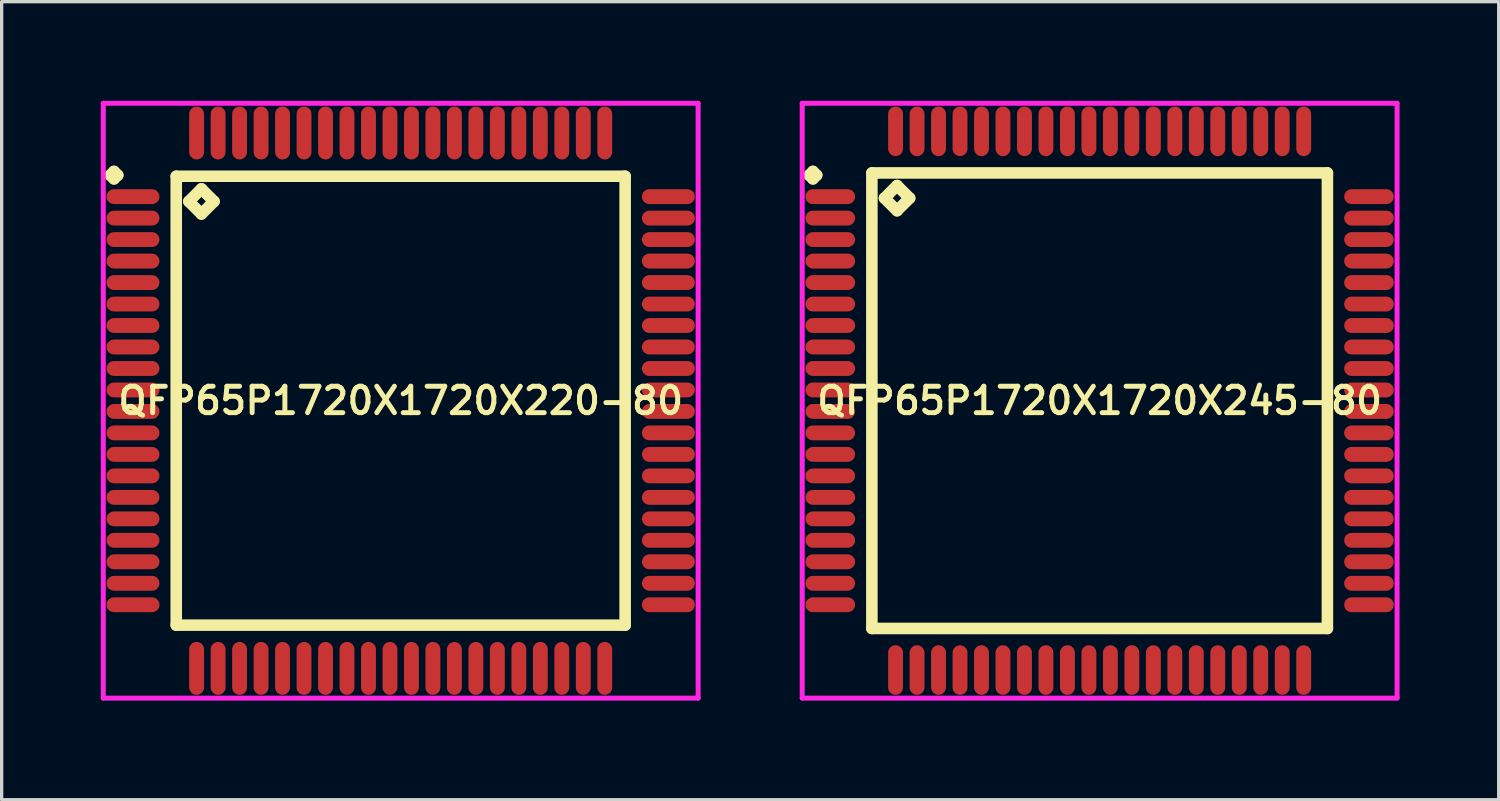
<source format=kicad_pcb>
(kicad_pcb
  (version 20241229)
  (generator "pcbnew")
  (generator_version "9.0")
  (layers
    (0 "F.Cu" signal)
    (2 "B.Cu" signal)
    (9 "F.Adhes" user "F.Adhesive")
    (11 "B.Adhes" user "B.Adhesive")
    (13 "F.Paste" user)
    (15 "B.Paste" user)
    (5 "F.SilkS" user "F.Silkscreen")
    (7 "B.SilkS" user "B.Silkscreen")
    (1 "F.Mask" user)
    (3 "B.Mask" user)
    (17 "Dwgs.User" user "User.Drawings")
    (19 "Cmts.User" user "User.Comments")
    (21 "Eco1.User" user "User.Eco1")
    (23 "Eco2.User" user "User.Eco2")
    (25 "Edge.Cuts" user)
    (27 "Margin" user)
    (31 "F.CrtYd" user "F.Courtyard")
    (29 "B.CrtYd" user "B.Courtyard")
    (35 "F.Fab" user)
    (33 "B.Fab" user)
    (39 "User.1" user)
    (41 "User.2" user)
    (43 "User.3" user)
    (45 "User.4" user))
  (footprint "QFP65P1720X1720X220-80"
    (layer "F.Cu")
    (at 9.075 9.075)
    (property "Reference" "QFP65P1720X1720X220-80" (at 0 0 0) (layer "F.SilkS") (effects (font (size 0.8 0.8) (thickness 0.15))))
    (attr smd)
    (fp_line (start -8.787 -6.825) (end -8.675 -6.938) (stroke (width 0.35) (type solid)) (layer "F.SilkS"))
    (fp_line (start -8.675 -6.938) (end -8.562 -6.825) (stroke (width 0.35) (type solid)) (layer "F.SilkS"))
    (fp_line (start -8.675 -6.713) (end -8.787 -6.825) (stroke (width 0.35) (type solid)) (layer "F.SilkS"))
    (fp_line (start -8.562 -6.825) (end -8.675 -6.713) (stroke (width 0.35) (type solid)) (layer "F.SilkS"))
    (fp_line (start -6.792 -6.792) (end -6.792 6.792) (stroke (width 0.35) (type solid)) (layer "F.SilkS"))
    (fp_line (start -6.792 6.792) (end 6.792 6.792) (stroke (width 0.35) (type solid)) (layer "F.SilkS"))
    (fp_line (start -6.411 -6.03) (end -6.03 -6.411) (stroke (width 0.35) (type solid)) (layer "F.SilkS"))
    (fp_line (start -6.03 -6.411) (end -5.649 -6.03) (stroke (width 0.35) (type solid)) (layer "F.SilkS"))
    (fp_line (start -6.03 -5.649) (end -6.411 -6.03) (stroke (width 0.35) (type solid)) (layer "F.SilkS"))
    (fp_line (start -5.649 -6.03) (end -6.03 -5.649) (stroke (width 0.35) (type solid)) (layer "F.SilkS"))
    (fp_line (start 6.792 -6.792) (end -6.792 -6.792) (stroke (width 0.35) (type solid)) (layer "F.SilkS"))
    (fp_line (start 6.792 6.792) (end 6.792 -6.792) (stroke (width 0.35) (type solid)) (layer "F.SilkS"))
    (fp_line (start -9 -9) (end 9 -9) (stroke (width 0.15) (type solid)) (layer "F.CrtYd"))
    (fp_line (start -9 9) (end -9 -9) (stroke (width 0.15) (type solid)) (layer "F.CrtYd"))
    (fp_line (start 9 -9) (end 9 9) (stroke (width 0.15) (type solid)) (layer "F.CrtYd"))
    (fp_line (start 9 9) (end -9 9) (stroke (width 0.15) (type solid)) (layer "F.CrtYd"))
    (pad "1" smd oval (at -8.1 -6.175) (size 1.6 0.45) (layers "F.Cu" "F.Mask" "F.Paste"))
    (pad "2" smd oval (at -8.1 -5.525) (size 1.6 0.45) (layers "F.Cu" "F.Mask" "F.Paste"))
    (pad "3" smd oval (at -8.1 -4.875) (size 1.6 0.45) (layers "F.Cu" "F.Mask" "F.Paste"))
    (pad "4" smd oval (at -8.1 -4.225) (size 1.6 0.45) (layers "F.Cu" "F.Mask" "F.Paste"))
    (pad "5" smd oval (at -8.1 -3.575) (size 1.6 0.45) (layers "F.Cu" "F.Mask" "F.Paste"))
    (pad "6" smd oval (at -8.1 -2.925) (size 1.6 0.45) (layers "F.Cu" "F.Mask" "F.Paste"))
    (pad "7" smd oval (at -8.1 -2.275) (size 1.6 0.45) (layers "F.Cu" "F.Mask" "F.Paste"))
    (pad "8" smd oval (at -8.1 -1.625) (size 1.6 0.45) (layers "F.Cu" "F.Mask" "F.Paste"))
    (pad "9" smd oval (at -8.1 -0.975) (size 1.6 0.45) (layers "F.Cu" "F.Mask" "F.Paste"))
    (pad "10" smd oval (at -8.1 -0.325) (size 1.6 0.45) (layers "F.Cu" "F.Mask" "F.Paste"))
    (pad "11" smd oval (at -8.1 0.325) (size 1.6 0.45) (layers "F.Cu" "F.Mask" "F.Paste"))
    (pad "12" smd oval (at -8.1 0.975) (size 1.6 0.45) (layers "F.Cu" "F.Mask" "F.Paste"))
    (pad "13" smd oval (at -8.1 1.625) (size 1.6 0.45) (layers "F.Cu" "F.Mask" "F.Paste"))
    (pad "14" smd oval (at -8.1 2.275) (size 1.6 0.45) (layers "F.Cu" "F.Mask" "F.Paste"))
    (pad "15" smd oval (at -8.1 2.925) (size 1.6 0.45) (layers "F.Cu" "F.Mask" "F.Paste"))
    (pad "16" smd oval (at -8.1 3.575) (size 1.6 0.45) (layers "F.Cu" "F.Mask" "F.Paste"))
    (pad "17" smd oval (at -8.1 4.225) (size 1.6 0.45) (layers "F.Cu" "F.Mask" "F.Paste"))
    (pad "18" smd oval (at -8.1 4.875) (size 1.6 0.45) (layers "F.Cu" "F.Mask" "F.Paste"))
    (pad "19" smd oval (at -8.1 5.525) (size 1.6 0.45) (layers "F.Cu" "F.Mask" "F.Paste"))
    (pad "20" smd oval (at -8.1 6.175) (size 1.6 0.45) (layers "F.Cu" "F.Mask" "F.Paste"))
    (pad "21" smd oval (at -6.175 8.1) (size 0.45 1.6) (layers "F.Cu" "F.Mask" "F.Paste"))
    (pad "22" smd oval (at -5.525 8.1) (size 0.45 1.6) (layers "F.Cu" "F.Mask" "F.Paste"))
    (pad "23" smd oval (at -4.875 8.1) (size 0.45 1.6) (layers "F.Cu" "F.Mask" "F.Paste"))
    (pad "24" smd oval (at -4.225 8.1) (size 0.45 1.6) (layers "F.Cu" "F.Mask" "F.Paste"))
    (pad "25" smd oval (at -3.575 8.1) (size 0.45 1.6) (layers "F.Cu" "F.Mask" "F.Paste"))
    (pad "26" smd oval (at -2.925 8.1) (size 0.45 1.6) (layers "F.Cu" "F.Mask" "F.Paste"))
    (pad "27" smd oval (at -2.275 8.1) (size 0.45 1.6) (layers "F.Cu" "F.Mask" "F.Paste"))
    (pad "28" smd oval (at -1.625 8.1) (size 0.45 1.6) (layers "F.Cu" "F.Mask" "F.Paste"))
    (pad "29" smd oval (at -0.975 8.1) (size 0.45 1.6) (layers "F.Cu" "F.Mask" "F.Paste"))
    (pad "30" smd oval (at -0.325 8.1) (size 0.45 1.6) (layers "F.Cu" "F.Mask" "F.Paste"))
    (pad "31" smd oval (at 0.325 8.1) (size 0.45 1.6) (layers "F.Cu" "F.Mask" "F.Paste"))
    (pad "32" smd oval (at 0.975 8.1) (size 0.45 1.6) (layers "F.Cu" "F.Mask" "F.Paste"))
    (pad "33" smd oval (at 1.625 8.1) (size 0.45 1.6) (layers "F.Cu" "F.Mask" "F.Paste"))
    (pad "34" smd oval (at 2.275 8.1) (size 0.45 1.6) (layers "F.Cu" "F.Mask" "F.Paste"))
    (pad "35" smd oval (at 2.925 8.1) (size 0.45 1.6) (layers "F.Cu" "F.Mask" "F.Paste"))
    (pad "36" smd oval (at 3.575 8.1) (size 0.45 1.6) (layers "F.Cu" "F.Mask" "F.Paste"))
    (pad "37" smd oval (at 4.225 8.1) (size 0.45 1.6) (layers "F.Cu" "F.Mask" "F.Paste"))
    (pad "38" smd oval (at 4.875 8.1) (size 0.45 1.6) (layers "F.Cu" "F.Mask" "F.Paste"))
    (pad "39" smd oval (at 5.525 8.1) (size 0.45 1.6) (layers "F.Cu" "F.Mask" "F.Paste"))
    (pad "40" smd oval (at 6.175 8.1) (size 0.45 1.6) (layers "F.Cu" "F.Mask" "F.Paste"))
    (pad "41" smd oval (at 8.1 6.175) (size 1.6 0.45) (layers "F.Cu" "F.Mask" "F.Paste"))
    (pad "42" smd oval (at 8.1 5.525) (size 1.6 0.45) (layers "F.Cu" "F.Mask" "F.Paste"))
    (pad "43" smd oval (at 8.1 4.875) (size 1.6 0.45) (layers "F.Cu" "F.Mask" "F.Paste"))
    (pad "44" smd oval (at 8.1 4.225) (size 1.6 0.45) (layers "F.Cu" "F.Mask" "F.Paste"))
    (pad "45" smd oval (at 8.1 3.575) (size 1.6 0.45) (layers "F.Cu" "F.Mask" "F.Paste"))
    (pad "46" smd oval (at 8.1 2.925) (size 1.6 0.45) (layers "F.Cu" "F.Mask" "F.Paste"))
    (pad "47" smd oval (at 8.1 2.275) (size 1.6 0.45) (layers "F.Cu" "F.Mask" "F.Paste"))
    (pad "48" smd oval (at 8.1 1.625) (size 1.6 0.45) (layers "F.Cu" "F.Mask" "F.Paste"))
    (pad "49" smd oval (at 8.1 0.975) (size 1.6 0.45) (layers "F.Cu" "F.Mask" "F.Paste"))
    (pad "50" smd oval (at 8.1 0.325) (size 1.6 0.45) (layers "F.Cu" "F.Mask" "F.Paste"))
    (pad "51" smd oval (at 8.1 -0.325) (size 1.6 0.45) (layers "F.Cu" "F.Mask" "F.Paste"))
    (pad "52" smd oval (at 8.1 -0.975) (size 1.6 0.45) (layers "F.Cu" "F.Mask" "F.Paste"))
    (pad "53" smd oval (at 8.1 -1.625) (size 1.6 0.45) (layers "F.Cu" "F.Mask" "F.Paste"))
    (pad "54" smd oval (at 8.1 -2.275) (size 1.6 0.45) (layers "F.Cu" "F.Mask" "F.Paste"))
    (pad "55" smd oval (at 8.1 -2.925) (size 1.6 0.45) (layers "F.Cu" "F.Mask" "F.Paste"))
    (pad "56" smd oval (at 8.1 -3.575) (size 1.6 0.45) (layers "F.Cu" "F.Mask" "F.Paste"))
    (pad "57" smd oval (at 8.1 -4.225) (size 1.6 0.45) (layers "F.Cu" "F.Mask" "F.Paste"))
    (pad "58" smd oval (at 8.1 -4.875) (size 1.6 0.45) (layers "F.Cu" "F.Mask" "F.Paste"))
    (pad "59" smd oval (at 8.1 -5.525) (size 1.6 0.45) (layers "F.Cu" "F.Mask" "F.Paste"))
    (pad "60" smd oval (at 8.1 -6.175) (size 1.6 0.45) (layers "F.Cu" "F.Mask" "F.Paste"))
    (pad "61" smd oval (at 6.175 -8.1) (size 0.45 1.6) (layers "F.Cu" "F.Mask" "F.Paste"))
    (pad "62" smd oval (at 5.525 -8.1) (size 0.45 1.6) (layers "F.Cu" "F.Mask" "F.Paste"))
    (pad "63" smd oval (at 4.875 -8.1) (size 0.45 1.6) (layers "F.Cu" "F.Mask" "F.Paste"))
    (pad "64" smd oval (at 4.225 -8.1) (size 0.45 1.6) (layers "F.Cu" "F.Mask" "F.Paste"))
    (pad "65" smd oval (at 3.575 -8.1) (size 0.45 1.6) (layers "F.Cu" "F.Mask" "F.Paste"))
    (pad "66" smd oval (at 2.925 -8.1) (size 0.45 1.6) (layers "F.Cu" "F.Mask" "F.Paste"))
    (pad "67" smd oval (at 2.275 -8.1) (size 0.45 1.6) (layers "F.Cu" "F.Mask" "F.Paste"))
    (pad "68" smd oval (at 1.625 -8.1) (size 0.45 1.6) (layers "F.Cu" "F.Mask" "F.Paste"))
    (pad "69" smd oval (at 0.975 -8.1) (size 0.45 1.6) (layers "F.Cu" "F.Mask" "F.Paste"))
    (pad "70" smd oval (at 0.325 -8.1) (size 0.45 1.6) (layers "F.Cu" "F.Mask" "F.Paste"))
    (pad "71" smd oval (at -0.325 -8.1) (size 0.45 1.6) (layers "F.Cu" "F.Mask" "F.Paste"))
    (pad "72" smd oval (at -0.975 -8.1) (size 0.45 1.6) (layers "F.Cu" "F.Mask" "F.Paste"))
    (pad "73" smd oval (at -1.625 -8.1) (size 0.45 1.6) (layers "F.Cu" "F.Mask" "F.Paste"))
    (pad "74" smd oval (at -2.275 -8.1) (size 0.45 1.6) (layers "F.Cu" "F.Mask" "F.Paste"))
    (pad "75" smd oval (at -2.925 -8.1) (size 0.45 1.6) (layers "F.Cu" "F.Mask" "F.Paste"))
    (pad "76" smd oval (at -3.575 -8.1) (size 0.45 1.6) (layers "F.Cu" "F.Mask" "F.Paste"))
    (pad "77" smd oval (at -4.225 -8.1) (size 0.45 1.6) (layers "F.Cu" "F.Mask" "F.Paste"))
    (pad "78" smd oval (at -4.875 -8.1) (size 0.45 1.6) (layers "F.Cu" "F.Mask" "F.Paste"))
    (pad "79" smd oval (at -5.525 -8.1) (size 0.45 1.6) (layers "F.Cu" "F.Mask" "F.Paste"))
    (pad "80" smd oval (at -6.175 -8.1) (size 0.45 1.6) (layers "F.Cu" "F.Mask" "F.Paste")))
  (footprint "QFP65P1720X1720X245-80"
    (layer "F.Cu")
    (at 30.225 9.075)
    (property "Reference" "QFP65P1720X1720X245-80" (at 0 0 0) (layer "F.SilkS") (effects (font (size 0.8 0.8) (thickness 0.15))))
    (attr smd)
    (fp_line (start -8.787 -6.825) (end -8.675 -6.938) (stroke (width 0.35) (type solid)) (layer "F.SilkS"))
    (fp_line (start -8.675 -6.938) (end -8.562 -6.825) (stroke (width 0.35) (type solid)) (layer "F.SilkS"))
    (fp_line (start -8.675 -6.713) (end -8.787 -6.825) (stroke (width 0.35) (type solid)) (layer "F.SilkS"))
    (fp_line (start -8.562 -6.825) (end -8.675 -6.713) (stroke (width 0.35) (type solid)) (layer "F.SilkS"))
    (fp_line (start -6.892 -6.892) (end -6.892 6.892) (stroke (width 0.35) (type solid)) (layer "F.SilkS"))
    (fp_line (start -6.892 6.892) (end 6.892 6.892) (stroke (width 0.35) (type solid)) (layer "F.SilkS"))
    (fp_line (start -6.511 -6.13) (end -6.13 -6.511) (stroke (width 0.35) (type solid)) (layer "F.SilkS"))
    (fp_line (start -6.13 -6.511) (end -5.749 -6.13) (stroke (width 0.35) (type solid)) (layer "F.SilkS"))
    (fp_line (start -6.13 -5.749) (end -6.511 -6.13) (stroke (width 0.35) (type solid)) (layer "F.SilkS"))
    (fp_line (start -5.749 -6.13) (end -6.13 -5.749) (stroke (width 0.35) (type solid)) (layer "F.SilkS"))
    (fp_line (start 6.892 -6.892) (end -6.892 -6.892) (stroke (width 0.35) (type solid)) (layer "F.SilkS"))
    (fp_line (start 6.892 6.892) (end 6.892 -6.892) (stroke (width 0.35) (type solid)) (layer "F.SilkS"))
    (fp_line (start -9 -9) (end 9 -9) (stroke (width 0.15) (type solid)) (layer "F.CrtYd"))
    (fp_line (start -9 9) (end -9 -9) (stroke (width 0.15) (type solid)) (layer "F.CrtYd"))
    (fp_line (start 9 -9) (end 9 9) (stroke (width 0.15) (type solid)) (layer "F.CrtYd"))
    (fp_line (start 9 9) (end -9 9) (stroke (width 0.15) (type solid)) (layer "F.CrtYd"))
    (pad "1" smd oval (at -8.15 -6.175) (size 1.5 0.45) (layers "F.Cu" "F.Mask" "F.Paste"))
    (pad "2" smd oval (at -8.15 -5.525) (size 1.5 0.45) (layers "F.Cu" "F.Mask" "F.Paste"))
    (pad "3" smd oval (at -8.15 -4.875) (size 1.5 0.45) (layers "F.Cu" "F.Mask" "F.Paste"))
    (pad "4" smd oval (at -8.15 -4.225) (size 1.5 0.45) (layers "F.Cu" "F.Mask" "F.Paste"))
    (pad "5" smd oval (at -8.15 -3.575) (size 1.5 0.45) (layers "F.Cu" "F.Mask" "F.Paste"))
    (pad "6" smd oval (at -8.15 -2.925) (size 1.5 0.45) (layers "F.Cu" "F.Mask" "F.Paste"))
    (pad "7" smd oval (at -8.15 -2.275) (size 1.5 0.45) (layers "F.Cu" "F.Mask" "F.Paste"))
    (pad "8" smd oval (at -8.15 -1.625) (size 1.5 0.45) (layers "F.Cu" "F.Mask" "F.Paste"))
    (pad "9" smd oval (at -8.15 -0.975) (size 1.5 0.45) (layers "F.Cu" "F.Mask" "F.Paste"))
    (pad "10" smd oval (at -8.15 -0.325) (size 1.5 0.45) (layers "F.Cu" "F.Mask" "F.Paste"))
    (pad "11" smd oval (at -8.15 0.325) (size 1.5 0.45) (layers "F.Cu" "F.Mask" "F.Paste"))
    (pad "12" smd oval (at -8.15 0.975) (size 1.5 0.45) (layers "F.Cu" "F.Mask" "F.Paste"))
    (pad "13" smd oval (at -8.15 1.625) (size 1.5 0.45) (layers "F.Cu" "F.Mask" "F.Paste"))
    (pad "14" smd oval (at -8.15 2.275) (size 1.5 0.45) (layers "F.Cu" "F.Mask" "F.Paste"))
    (pad "15" smd oval (at -8.15 2.925) (size 1.5 0.45) (layers "F.Cu" "F.Mask" "F.Paste"))
    (pad "16" smd oval (at -8.15 3.575) (size 1.5 0.45) (layers "F.Cu" "F.Mask" "F.Paste"))
    (pad "17" smd oval (at -8.15 4.225) (size 1.5 0.45) (layers "F.Cu" "F.Mask" "F.Paste"))
    (pad "18" smd oval (at -8.15 4.875) (size 1.5 0.45) (layers "F.Cu" "F.Mask" "F.Paste"))
    (pad "19" smd oval (at -8.15 5.525) (size 1.5 0.45) (layers "F.Cu" "F.Mask" "F.Paste"))
    (pad "20" smd oval (at -8.15 6.175) (size 1.5 0.45) (layers "F.Cu" "F.Mask" "F.Paste"))
    (pad "21" smd oval (at -6.175 8.15) (size 0.45 1.5) (layers "F.Cu" "F.Mask" "F.Paste"))
    (pad "22" smd oval (at -5.525 8.15) (size 0.45 1.5) (layers "F.Cu" "F.Mask" "F.Paste"))
    (pad "23" smd oval (at -4.875 8.15) (size 0.45 1.5) (layers "F.Cu" "F.Mask" "F.Paste"))
    (pad "24" smd oval (at -4.225 8.15) (size 0.45 1.5) (layers "F.Cu" "F.Mask" "F.Paste"))
    (pad "25" smd oval (at -3.575 8.15) (size 0.45 1.5) (layers "F.Cu" "F.Mask" "F.Paste"))
    (pad "26" smd oval (at -2.925 8.15) (size 0.45 1.5) (layers "F.Cu" "F.Mask" "F.Paste"))
    (pad "27" smd oval (at -2.275 8.15) (size 0.45 1.5) (layers "F.Cu" "F.Mask" "F.Paste"))
    (pad "28" smd oval (at -1.625 8.15) (size 0.45 1.5) (layers "F.Cu" "F.Mask" "F.Paste"))
    (pad "29" smd oval (at -0.975 8.15) (size 0.45 1.5) (layers "F.Cu" "F.Mask" "F.Paste"))
    (pad "30" smd oval (at -0.325 8.15) (size 0.45 1.5) (layers "F.Cu" "F.Mask" "F.Paste"))
    (pad "31" smd oval (at 0.325 8.15) (size 0.45 1.5) (layers "F.Cu" "F.Mask" "F.Paste"))
    (pad "32" smd oval (at 0.975 8.15) (size 0.45 1.5) (layers "F.Cu" "F.Mask" "F.Paste"))
    (pad "33" smd oval (at 1.625 8.15) (size 0.45 1.5) (layers "F.Cu" "F.Mask" "F.Paste"))
    (pad "34" smd oval (at 2.275 8.15) (size 0.45 1.5) (layers "F.Cu" "F.Mask" "F.Paste"))
    (pad "35" smd oval (at 2.925 8.15) (size 0.45 1.5) (layers "F.Cu" "F.Mask" "F.Paste"))
    (pad "36" smd oval (at 3.575 8.15) (size 0.45 1.5) (layers "F.Cu" "F.Mask" "F.Paste"))
    (pad "37" smd oval (at 4.225 8.15) (size 0.45 1.5) (layers "F.Cu" "F.Mask" "F.Paste"))
    (pad "38" smd oval (at 4.875 8.15) (size 0.45 1.5) (layers "F.Cu" "F.Mask" "F.Paste"))
    (pad "39" smd oval (at 5.525 8.15) (size 0.45 1.5) (layers "F.Cu" "F.Mask" "F.Paste"))
    (pad "40" smd oval (at 6.175 8.15) (size 0.45 1.5) (layers "F.Cu" "F.Mask" "F.Paste"))
    (pad "41" smd oval (at 8.15 6.175) (size 1.5 0.45) (layers "F.Cu" "F.Mask" "F.Paste"))
    (pad "42" smd oval (at 8.15 5.525) (size 1.5 0.45) (layers "F.Cu" "F.Mask" "F.Paste"))
    (pad "43" smd oval (at 8.15 4.875) (size 1.5 0.45) (layers "F.Cu" "F.Mask" "F.Paste"))
    (pad "44" smd oval (at 8.15 4.225) (size 1.5 0.45) (layers "F.Cu" "F.Mask" "F.Paste"))
    (pad "45" smd oval (at 8.15 3.575) (size 1.5 0.45) (layers "F.Cu" "F.Mask" "F.Paste"))
    (pad "46" smd oval (at 8.15 2.925) (size 1.5 0.45) (layers "F.Cu" "F.Mask" "F.Paste"))
    (pad "47" smd oval (at 8.15 2.275) (size 1.5 0.45) (layers "F.Cu" "F.Mask" "F.Paste"))
    (pad "48" smd oval (at 8.15 1.625) (size 1.5 0.45) (layers "F.Cu" "F.Mask" "F.Paste"))
    (pad "49" smd oval (at 8.15 0.975) (size 1.5 0.45) (layers "F.Cu" "F.Mask" "F.Paste"))
    (pad "50" smd oval (at 8.15 0.325) (size 1.5 0.45) (layers "F.Cu" "F.Mask" "F.Paste"))
    (pad "51" smd oval (at 8.15 -0.325) (size 1.5 0.45) (layers "F.Cu" "F.Mask" "F.Paste"))
    (pad "52" smd oval (at 8.15 -0.975) (size 1.5 0.45) (layers "F.Cu" "F.Mask" "F.Paste"))
    (pad "53" smd oval (at 8.15 -1.625) (size 1.5 0.45) (layers "F.Cu" "F.Mask" "F.Paste"))
    (pad "54" smd oval (at 8.15 -2.275) (size 1.5 0.45) (layers "F.Cu" "F.Mask" "F.Paste"))
    (pad "55" smd oval (at 8.15 -2.925) (size 1.5 0.45) (layers "F.Cu" "F.Mask" "F.Paste"))
    (pad "56" smd oval (at 8.15 -3.575) (size 1.5 0.45) (layers "F.Cu" "F.Mask" "F.Paste"))
    (pad "57" smd oval (at 8.15 -4.225) (size 1.5 0.45) (layers "F.Cu" "F.Mask" "F.Paste"))
    (pad "58" smd oval (at 8.15 -4.875) (size 1.5 0.45) (layers "F.Cu" "F.Mask" "F.Paste"))
    (pad "59" smd oval (at 8.15 -5.525) (size 1.5 0.45) (layers "F.Cu" "F.Mask" "F.Paste"))
    (pad "60" smd oval (at 8.15 -6.175) (size 1.5 0.45) (layers "F.Cu" "F.Mask" "F.Paste"))
    (pad "61" smd oval (at 6.175 -8.15) (size 0.45 1.5) (layers "F.Cu" "F.Mask" "F.Paste"))
    (pad "62" smd oval (at 5.525 -8.15) (size 0.45 1.5) (layers "F.Cu" "F.Mask" "F.Paste"))
    (pad "63" smd oval (at 4.875 -8.15) (size 0.45 1.5) (layers "F.Cu" "F.Mask" "F.Paste"))
    (pad "64" smd oval (at 4.225 -8.15) (size 0.45 1.5) (layers "F.Cu" "F.Mask" "F.Paste"))
    (pad "65" smd oval (at 3.575 -8.15) (size 0.45 1.5) (layers "F.Cu" "F.Mask" "F.Paste"))
    (pad "66" smd oval (at 2.925 -8.15) (size 0.45 1.5) (layers "F.Cu" "F.Mask" "F.Paste"))
    (pad "67" smd oval (at 2.275 -8.15) (size 0.45 1.5) (layers "F.Cu" "F.Mask" "F.Paste"))
    (pad "68" smd oval (at 1.625 -8.15) (size 0.45 1.5) (layers "F.Cu" "F.Mask" "F.Paste"))
    (pad "69" smd oval (at 0.975 -8.15) (size 0.45 1.5) (layers "F.Cu" "F.Mask" "F.Paste"))
    (pad "70" smd oval (at 0.325 -8.15) (size 0.45 1.5) (layers "F.Cu" "F.Mask" "F.Paste"))
    (pad "71" smd oval (at -0.325 -8.15) (size 0.45 1.5) (layers "F.Cu" "F.Mask" "F.Paste"))
    (pad "72" smd oval (at -0.975 -8.15) (size 0.45 1.5) (layers "F.Cu" "F.Mask" "F.Paste"))
    (pad "73" smd oval (at -1.625 -8.15) (size 0.45 1.5) (layers "F.Cu" "F.Mask" "F.Paste"))
    (pad "74" smd oval (at -2.275 -8.15) (size 0.45 1.5) (layers "F.Cu" "F.Mask" "F.Paste"))
    (pad "75" smd oval (at -2.925 -8.15) (size 0.45 1.5) (layers "F.Cu" "F.Mask" "F.Paste"))
    (pad "76" smd oval (at -3.575 -8.15) (size 0.45 1.5) (layers "F.Cu" "F.Mask" "F.Paste"))
    (pad "77" smd oval (at -4.225 -8.15) (size 0.45 1.5) (layers "F.Cu" "F.Mask" "F.Paste"))
    (pad "78" smd oval (at -4.875 -8.15) (size 0.45 1.5) (layers "F.Cu" "F.Mask" "F.Paste"))
    (pad "79" smd oval (at -5.525 -8.15) (size 0.45 1.5) (layers "F.Cu" "F.Mask" "F.Paste"))
    (pad "80" smd oval (at -6.175 -8.15) (size 0.45 1.5) (layers "F.Cu" "F.Mask" "F.Paste")))
  (gr_rect
    (start -3 -3)
    (end 42.3 21.15)
    (stroke (width 0.1) (type default))
    (fill no)
    (layer "Edge.Cuts")))
</source>
